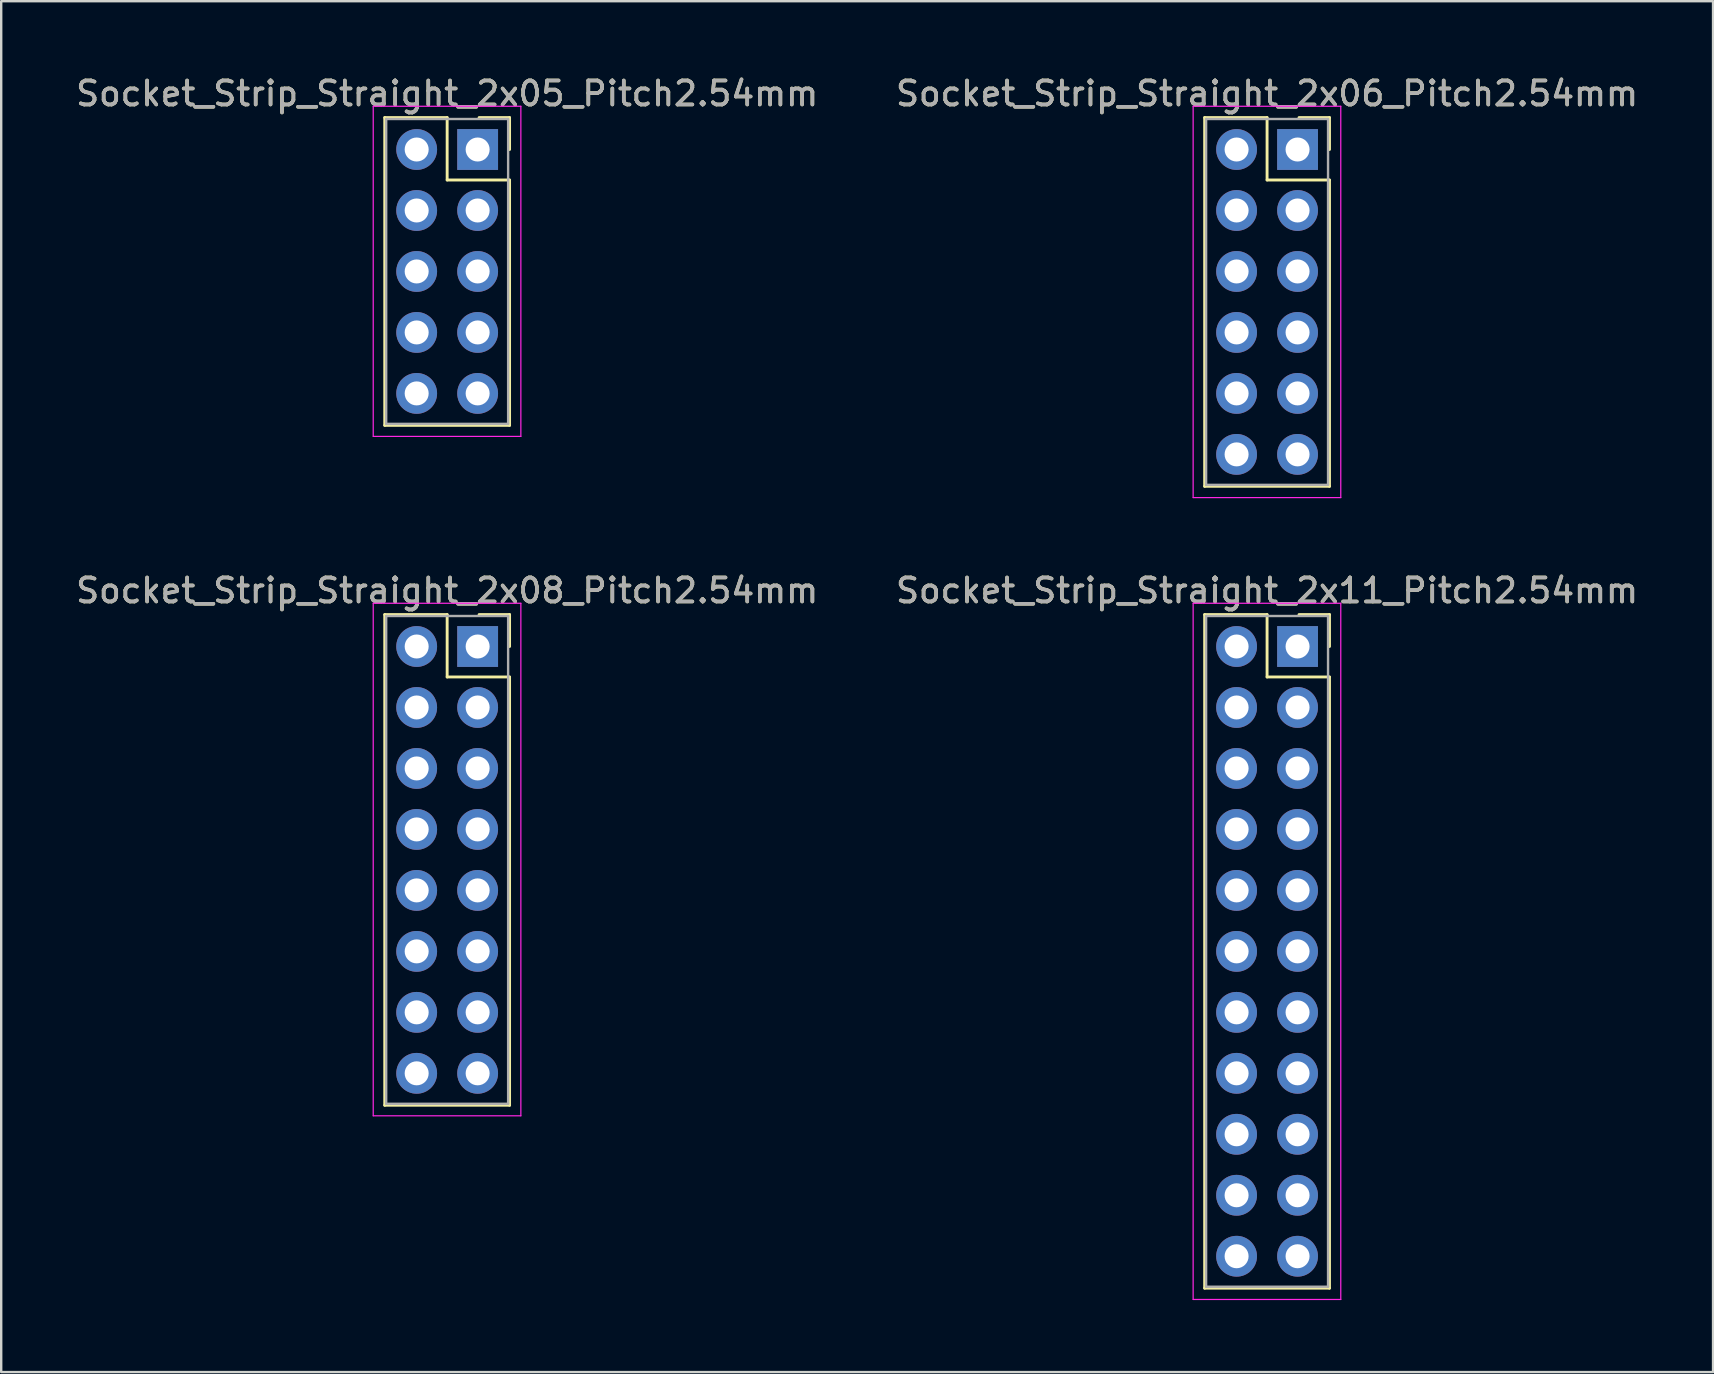
<source format=kicad_pcb>
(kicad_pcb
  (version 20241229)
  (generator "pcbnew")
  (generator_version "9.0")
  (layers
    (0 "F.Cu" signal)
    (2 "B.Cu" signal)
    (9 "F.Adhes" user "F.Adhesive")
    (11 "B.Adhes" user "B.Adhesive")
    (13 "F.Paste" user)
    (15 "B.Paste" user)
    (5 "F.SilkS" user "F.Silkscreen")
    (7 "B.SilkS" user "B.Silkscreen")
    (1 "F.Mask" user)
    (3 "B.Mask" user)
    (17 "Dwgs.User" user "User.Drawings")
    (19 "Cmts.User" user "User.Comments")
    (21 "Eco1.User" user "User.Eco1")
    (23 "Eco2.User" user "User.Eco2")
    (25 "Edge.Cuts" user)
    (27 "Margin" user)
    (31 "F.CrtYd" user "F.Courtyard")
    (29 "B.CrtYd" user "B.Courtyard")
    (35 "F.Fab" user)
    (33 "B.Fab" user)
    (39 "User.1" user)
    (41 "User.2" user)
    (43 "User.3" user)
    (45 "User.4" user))
  (footprint "Socket_Strip_Straight_2x05_Pitch2.54mm"
    (layer "F.Cu")
    (at 16.847 3.178)
    (property "Reference" "Socket_Strip_Straight_2x05_Pitch2.54mm" (at -1.27 -2.33 0) (layer "F.SilkS") (effects (font (size 1 1) (thickness 0.15))))
    (attr through_hole)
    (fp_line (start -3.87 -1.33) (end -1.27 -1.33) (stroke (width 0.12) (type solid)) (layer "F.SilkS"))
    (fp_line (start -3.87 11.49) (end -3.87 -1.33) (stroke (width 0.12) (type solid)) (layer "F.SilkS"))
    (fp_line (start -1.27 -1.33) (end -1.27 1.27) (stroke (width 0.12) (type solid)) (layer "F.SilkS"))
    (fp_line (start -1.27 1.27) (end 1.33 1.27) (stroke (width 0.12) (type solid)) (layer "F.SilkS"))
    (fp_line (start 1.33 -1.33) (end 0.06 -1.33) (stroke (width 0.12) (type solid)) (layer "F.SilkS"))
    (fp_line (start 1.33 0) (end 1.33 -1.33) (stroke (width 0.12) (type solid)) (layer "F.SilkS"))
    (fp_line (start 1.33 1.27) (end 1.33 11.49) (stroke (width 0.12) (type solid)) (layer "F.SilkS"))
    (fp_line (start 1.33 11.49) (end -3.87 11.49) (stroke (width 0.12) (type solid)) (layer "F.SilkS"))
    (fp_line (start -4.35 -1.8) (end -4.35 11.95) (stroke (width 0.05) (type solid)) (layer "F.CrtYd"))
    (fp_line (start -4.35 11.95) (end 1.8 11.95) (stroke (width 0.05) (type solid)) (layer "F.CrtYd"))
    (fp_line (start 1.8 -1.8) (end -4.35 -1.8) (stroke (width 0.05) (type solid)) (layer "F.CrtYd"))
    (fp_line (start 1.8 11.95) (end 1.8 -1.8) (stroke (width 0.05) (type solid)) (layer "F.CrtYd"))
    (fp_line (start -3.81 -1.27) (end -3.81 11.43) (stroke (width 0.1) (type solid)) (layer "F.Fab"))
    (fp_line (start -3.81 11.43) (end 1.27 11.43) (stroke (width 0.1) (type solid)) (layer "F.Fab"))
    (fp_line (start 1.27 -1.27) (end -3.81 -1.27) (stroke (width 0.1) (type solid)) (layer "F.Fab"))
    (fp_line (start 1.27 11.43) (end 1.27 -1.27) (stroke (width 0.1) (type solid)) (layer "F.Fab"))
    (fp_text user "${REFERENCE}" (at -1.27 -2.33 0) (layer "F.Fab") (effects (font (size 1 1) (thickness 0.15))))
    (pad "1" thru_hole rect (at 0 0) (size 1.7 1.7) (drill 1) (layers "*.Cu" "*.Mask"))
    (pad "2" thru_hole oval (at -2.54 0) (size 1.7 1.7) (drill 1) (layers "*.Cu" "*.Mask"))
    (pad "3" thru_hole oval (at 0 2.54) (size 1.7 1.7) (drill 1) (layers "*.Cu" "*.Mask"))
    (pad "4" thru_hole oval (at -2.54 2.54) (size 1.7 1.7) (drill 1) (layers "*.Cu" "*.Mask"))
    (pad "5" thru_hole oval (at 0 5.08) (size 1.7 1.7) (drill 1) (layers "*.Cu" "*.Mask"))
    (pad "6" thru_hole oval (at -2.54 5.08) (size 1.7 1.7) (drill 1) (layers "*.Cu" "*.Mask"))
    (pad "7" thru_hole oval (at 0 7.62) (size 1.7 1.7) (drill 1) (layers "*.Cu" "*.Mask"))
    (pad "8" thru_hole oval (at -2.54 7.62) (size 1.7 1.7) (drill 1) (layers "*.Cu" "*.Mask"))
    (pad "9" thru_hole oval (at 0 10.16) (size 1.7 1.7) (drill 1) (layers "*.Cu" "*.Mask"))
    (pad "10" thru_hole oval (at -2.54 10.16) (size 1.7 1.7) (drill 1) (layers "*.Cu" "*.Mask")))
  (footprint "Socket_Strip_Straight_2x11_Pitch2.54mm"
    (layer "F.Cu")
    (at 51.002 23.881)
    (property "Reference" "Socket_Strip_Straight_2x11_Pitch2.54mm" (at -1.27 -2.33 0) (layer "F.SilkS") (effects (font (size 1 1) (thickness 0.15))))
    (attr through_hole)
    (fp_line (start -3.87 -1.33) (end -1.27 -1.33) (stroke (width 0.12) (type solid)) (layer "F.SilkS"))
    (fp_line (start -3.87 26.73) (end -3.87 -1.33) (stroke (width 0.12) (type solid)) (layer "F.SilkS"))
    (fp_line (start -1.27 -1.33) (end -1.27 1.27) (stroke (width 0.12) (type solid)) (layer "F.SilkS"))
    (fp_line (start -1.27 1.27) (end 1.33 1.27) (stroke (width 0.12) (type solid)) (layer "F.SilkS"))
    (fp_line (start 1.33 -1.33) (end 0.06 -1.33) (stroke (width 0.12) (type solid)) (layer "F.SilkS"))
    (fp_line (start 1.33 0) (end 1.33 -1.33) (stroke (width 0.12) (type solid)) (layer "F.SilkS"))
    (fp_line (start 1.33 1.27) (end 1.33 26.73) (stroke (width 0.12) (type solid)) (layer "F.SilkS"))
    (fp_line (start 1.33 26.73) (end -3.87 26.73) (stroke (width 0.12) (type solid)) (layer "F.SilkS"))
    (fp_line (start -4.35 -1.8) (end -4.35 27.2) (stroke (width 0.05) (type solid)) (layer "F.CrtYd"))
    (fp_line (start -4.35 27.2) (end 1.8 27.2) (stroke (width 0.05) (type solid)) (layer "F.CrtYd"))
    (fp_line (start 1.8 -1.8) (end -4.35 -1.8) (stroke (width 0.05) (type solid)) (layer "F.CrtYd"))
    (fp_line (start 1.8 27.2) (end 1.8 -1.8) (stroke (width 0.05) (type solid)) (layer "F.CrtYd"))
    (fp_line (start -3.81 -1.27) (end -3.81 26.67) (stroke (width 0.1) (type solid)) (layer "F.Fab"))
    (fp_line (start -3.81 26.67) (end 1.27 26.67) (stroke (width 0.1) (type solid)) (layer "F.Fab"))
    (fp_line (start 1.27 -1.27) (end -3.81 -1.27) (stroke (width 0.1) (type solid)) (layer "F.Fab"))
    (fp_line (start 1.27 26.67) (end 1.27 -1.27) (stroke (width 0.1) (type solid)) (layer "F.Fab"))
    (fp_text user "${REFERENCE}" (at -1.27 -2.33 0) (layer "F.Fab") (effects (font (size 1 1) (thickness 0.15))))
    (pad "1" thru_hole rect (at 0 0) (size 1.7 1.7) (drill 1) (layers "*.Cu" "*.Mask"))
    (pad "2" thru_hole oval (at -2.54 0) (size 1.7 1.7) (drill 1) (layers "*.Cu" "*.Mask"))
    (pad "3" thru_hole oval (at 0 2.54) (size 1.7 1.7) (drill 1) (layers "*.Cu" "*.Mask"))
    (pad "4" thru_hole oval (at -2.54 2.54) (size 1.7 1.7) (drill 1) (layers "*.Cu" "*.Mask"))
    (pad "5" thru_hole oval (at 0 5.08) (size 1.7 1.7) (drill 1) (layers "*.Cu" "*.Mask"))
    (pad "6" thru_hole oval (at -2.54 5.08) (size 1.7 1.7) (drill 1) (layers "*.Cu" "*.Mask"))
    (pad "7" thru_hole oval (at 0 7.62) (size 1.7 1.7) (drill 1) (layers "*.Cu" "*.Mask"))
    (pad "8" thru_hole oval (at -2.54 7.62) (size 1.7 1.7) (drill 1) (layers "*.Cu" "*.Mask"))
    (pad "9" thru_hole oval (at 0 10.16) (size 1.7 1.7) (drill 1) (layers "*.Cu" "*.Mask"))
    (pad "10" thru_hole oval (at -2.54 10.16) (size 1.7 1.7) (drill 1) (layers "*.Cu" "*.Mask"))
    (pad "11" thru_hole oval (at 0 12.7) (size 1.7 1.7) (drill 1) (layers "*.Cu" "*.Mask"))
    (pad "12" thru_hole oval (at -2.54 12.7) (size 1.7 1.7) (drill 1) (layers "*.Cu" "*.Mask"))
    (pad "13" thru_hole oval (at 0 15.24) (size 1.7 1.7) (drill 1) (layers "*.Cu" "*.Mask"))
    (pad "14" thru_hole oval (at -2.54 15.24) (size 1.7 1.7) (drill 1) (layers "*.Cu" "*.Mask"))
    (pad "15" thru_hole oval (at 0 17.78) (size 1.7 1.7) (drill 1) (layers "*.Cu" "*.Mask"))
    (pad "16" thru_hole oval (at -2.54 17.78) (size 1.7 1.7) (drill 1) (layers "*.Cu" "*.Mask"))
    (pad "17" thru_hole oval (at 0 20.32) (size 1.7 1.7) (drill 1) (layers "*.Cu" "*.Mask"))
    (pad "18" thru_hole oval (at -2.54 20.32) (size 1.7 1.7) (drill 1) (layers "*.Cu" "*.Mask"))
    (pad "19" thru_hole oval (at 0 22.86) (size 1.7 1.7) (drill 1) (layers "*.Cu" "*.Mask"))
    (pad "20" thru_hole oval (at -2.54 22.86) (size 1.7 1.7) (drill 1) (layers "*.Cu" "*.Mask"))
    (pad "21" thru_hole oval (at 0 25.4) (size 1.7 1.7) (drill 1) (layers "*.Cu" "*.Mask"))
    (pad "22" thru_hole oval (at -2.54 25.4) (size 1.7 1.7) (drill 1) (layers "*.Cu" "*.Mask")))
  (footprint "Socket_Strip_Straight_2x08_Pitch2.54mm"
    (layer "F.Cu")
    (at 16.847 23.881)
    (property "Reference" "Socket_Strip_Straight_2x08_Pitch2.54mm" (at -1.27 -2.33 0) (layer "F.SilkS") (effects (font (size 1 1) (thickness 0.15))))
    (attr through_hole)
    (fp_line (start -3.87 -1.33) (end -1.27 -1.33) (stroke (width 0.12) (type solid)) (layer "F.SilkS"))
    (fp_line (start -3.87 19.11) (end -3.87 -1.33) (stroke (width 0.12) (type solid)) (layer "F.SilkS"))
    (fp_line (start -1.27 -1.33) (end -1.27 1.27) (stroke (width 0.12) (type solid)) (layer "F.SilkS"))
    (fp_line (start -1.27 1.27) (end 1.33 1.27) (stroke (width 0.12) (type solid)) (layer "F.SilkS"))
    (fp_line (start 1.33 -1.33) (end 0.06 -1.33) (stroke (width 0.12) (type solid)) (layer "F.SilkS"))
    (fp_line (start 1.33 0) (end 1.33 -1.33) (stroke (width 0.12) (type solid)) (layer "F.SilkS"))
    (fp_line (start 1.33 1.27) (end 1.33 19.11) (stroke (width 0.12) (type solid)) (layer "F.SilkS"))
    (fp_line (start 1.33 19.11) (end -3.87 19.11) (stroke (width 0.12) (type solid)) (layer "F.SilkS"))
    (fp_line (start -4.35 -1.8) (end -4.35 19.55) (stroke (width 0.05) (type solid)) (layer "F.CrtYd"))
    (fp_line (start -4.35 19.55) (end 1.8 19.55) (stroke (width 0.05) (type solid)) (layer "F.CrtYd"))
    (fp_line (start 1.8 -1.8) (end -4.35 -1.8) (stroke (width 0.05) (type solid)) (layer "F.CrtYd"))
    (fp_line (start 1.8 19.55) (end 1.8 -1.8) (stroke (width 0.05) (type solid)) (layer "F.CrtYd"))
    (fp_line (start -3.81 -1.27) (end -3.81 19.05) (stroke (width 0.1) (type solid)) (layer "F.Fab"))
    (fp_line (start -3.81 19.05) (end 1.27 19.05) (stroke (width 0.1) (type solid)) (layer "F.Fab"))
    (fp_line (start 1.27 -1.27) (end -3.81 -1.27) (stroke (width 0.1) (type solid)) (layer "F.Fab"))
    (fp_line (start 1.27 19.05) (end 1.27 -1.27) (stroke (width 0.1) (type solid)) (layer "F.Fab"))
    (fp_text user "${REFERENCE}" (at -1.27 -2.33 0) (layer "F.Fab") (effects (font (size 1 1) (thickness 0.15))))
    (pad "1" thru_hole rect (at 0 0) (size 1.7 1.7) (drill 1) (layers "*.Cu" "*.Mask"))
    (pad "2" thru_hole oval (at -2.54 0) (size 1.7 1.7) (drill 1) (layers "*.Cu" "*.Mask"))
    (pad "3" thru_hole oval (at 0 2.54) (size 1.7 1.7) (drill 1) (layers "*.Cu" "*.Mask"))
    (pad "4" thru_hole oval (at -2.54 2.54) (size 1.7 1.7) (drill 1) (layers "*.Cu" "*.Mask"))
    (pad "5" thru_hole oval (at 0 5.08) (size 1.7 1.7) (drill 1) (layers "*.Cu" "*.Mask"))
    (pad "6" thru_hole oval (at -2.54 5.08) (size 1.7 1.7) (drill 1) (layers "*.Cu" "*.Mask"))
    (pad "7" thru_hole oval (at 0 7.62) (size 1.7 1.7) (drill 1) (layers "*.Cu" "*.Mask"))
    (pad "8" thru_hole oval (at -2.54 7.62) (size 1.7 1.7) (drill 1) (layers "*.Cu" "*.Mask"))
    (pad "9" thru_hole oval (at 0 10.16) (size 1.7 1.7) (drill 1) (layers "*.Cu" "*.Mask"))
    (pad "10" thru_hole oval (at -2.54 10.16) (size 1.7 1.7) (drill 1) (layers "*.Cu" "*.Mask"))
    (pad "11" thru_hole oval (at 0 12.7) (size 1.7 1.7) (drill 1) (layers "*.Cu" "*.Mask"))
    (pad "12" thru_hole oval (at -2.54 12.7) (size 1.7 1.7) (drill 1) (layers "*.Cu" "*.Mask"))
    (pad "13" thru_hole oval (at 0 15.24) (size 1.7 1.7) (drill 1) (layers "*.Cu" "*.Mask"))
    (pad "14" thru_hole oval (at -2.54 15.24) (size 1.7 1.7) (drill 1) (layers "*.Cu" "*.Mask"))
    (pad "15" thru_hole oval (at 0 17.78) (size 1.7 1.7) (drill 1) (layers "*.Cu" "*.Mask"))
    (pad "16" thru_hole oval (at -2.54 17.78) (size 1.7 1.7) (drill 1) (layers "*.Cu" "*.Mask")))
  (footprint "Socket_Strip_Straight_2x06_Pitch2.54mm"
    (layer "F.Cu")
    (at 51.002 3.178)
    (property "Reference" "Socket_Strip_Straight_2x06_Pitch2.54mm" (at -1.27 -2.33 0) (layer "F.SilkS") (effects (font (size 1 1) (thickness 0.15))))
    (attr through_hole)
    (fp_line (start -3.87 -1.33) (end -1.27 -1.33) (stroke (width 0.12) (type solid)) (layer "F.SilkS"))
    (fp_line (start -3.87 14.03) (end -3.87 -1.33) (stroke (width 0.12) (type solid)) (layer "F.SilkS"))
    (fp_line (start -1.27 -1.33) (end -1.27 1.27) (stroke (width 0.12) (type solid)) (layer "F.SilkS"))
    (fp_line (start -1.27 1.27) (end 1.33 1.27) (stroke (width 0.12) (type solid)) (layer "F.SilkS"))
    (fp_line (start 1.33 -1.33) (end 0.06 -1.33) (stroke (width 0.12) (type solid)) (layer "F.SilkS"))
    (fp_line (start 1.33 0) (end 1.33 -1.33) (stroke (width 0.12) (type solid)) (layer "F.SilkS"))
    (fp_line (start 1.33 1.27) (end 1.33 14.03) (stroke (width 0.12) (type solid)) (layer "F.SilkS"))
    (fp_line (start 1.33 14.03) (end -3.87 14.03) (stroke (width 0.12) (type solid)) (layer "F.SilkS"))
    (fp_line (start -4.35 -1.8) (end -4.35 14.5) (stroke (width 0.05) (type solid)) (layer "F.CrtYd"))
    (fp_line (start -4.35 14.5) (end 1.8 14.5) (stroke (width 0.05) (type solid)) (layer "F.CrtYd"))
    (fp_line (start 1.8 -1.8) (end -4.35 -1.8) (stroke (width 0.05) (type solid)) (layer "F.CrtYd"))
    (fp_line (start 1.8 14.5) (end 1.8 -1.8) (stroke (width 0.05) (type solid)) (layer "F.CrtYd"))
    (fp_line (start -3.81 -1.27) (end -3.81 13.97) (stroke (width 0.1) (type solid)) (layer "F.Fab"))
    (fp_line (start -3.81 13.97) (end 1.27 13.97) (stroke (width 0.1) (type solid)) (layer "F.Fab"))
    (fp_line (start 1.27 -1.27) (end -3.81 -1.27) (stroke (width 0.1) (type solid)) (layer "F.Fab"))
    (fp_line (start 1.27 13.97) (end 1.27 -1.27) (stroke (width 0.1) (type solid)) (layer "F.Fab"))
    (fp_text user "${REFERENCE}" (at -1.27 -2.33 0) (layer "F.Fab") (effects (font (size 1 1) (thickness 0.15))))
    (pad "1" thru_hole rect (at 0 0) (size 1.7 1.7) (drill 1) (layers "*.Cu" "*.Mask"))
    (pad "2" thru_hole oval (at -2.54 0) (size 1.7 1.7) (drill 1) (layers "*.Cu" "*.Mask"))
    (pad "3" thru_hole oval (at 0 2.54) (size 1.7 1.7) (drill 1) (layers "*.Cu" "*.Mask"))
    (pad "4" thru_hole oval (at -2.54 2.54) (size 1.7 1.7) (drill 1) (layers "*.Cu" "*.Mask"))
    (pad "5" thru_hole oval (at 0 5.08) (size 1.7 1.7) (drill 1) (layers "*.Cu" "*.Mask"))
    (pad "6" thru_hole oval (at -2.54 5.08) (size 1.7 1.7) (drill 1) (layers "*.Cu" "*.Mask"))
    (pad "7" thru_hole oval (at 0 7.62) (size 1.7 1.7) (drill 1) (layers "*.Cu" "*.Mask"))
    (pad "8" thru_hole oval (at -2.54 7.62) (size 1.7 1.7) (drill 1) (layers "*.Cu" "*.Mask"))
    (pad "9" thru_hole oval (at 0 10.16) (size 1.7 1.7) (drill 1) (layers "*.Cu" "*.Mask"))
    (pad "10" thru_hole oval (at -2.54 10.16) (size 1.7 1.7) (drill 1) (layers "*.Cu" "*.Mask"))
    (pad "11" thru_hole oval (at 0 12.7) (size 1.7 1.7) (drill 1) (layers "*.Cu" "*.Mask"))
    (pad "12" thru_hole oval (at -2.54 12.7) (size 1.7 1.7) (drill 1) (layers "*.Cu" "*.Mask")))
  (gr_rect
    (start -3 -3)
    (end 68.31 54.106)
    (stroke (width 0.1) (type default))
    (fill no)
    (layer "Edge.Cuts")))
</source>
